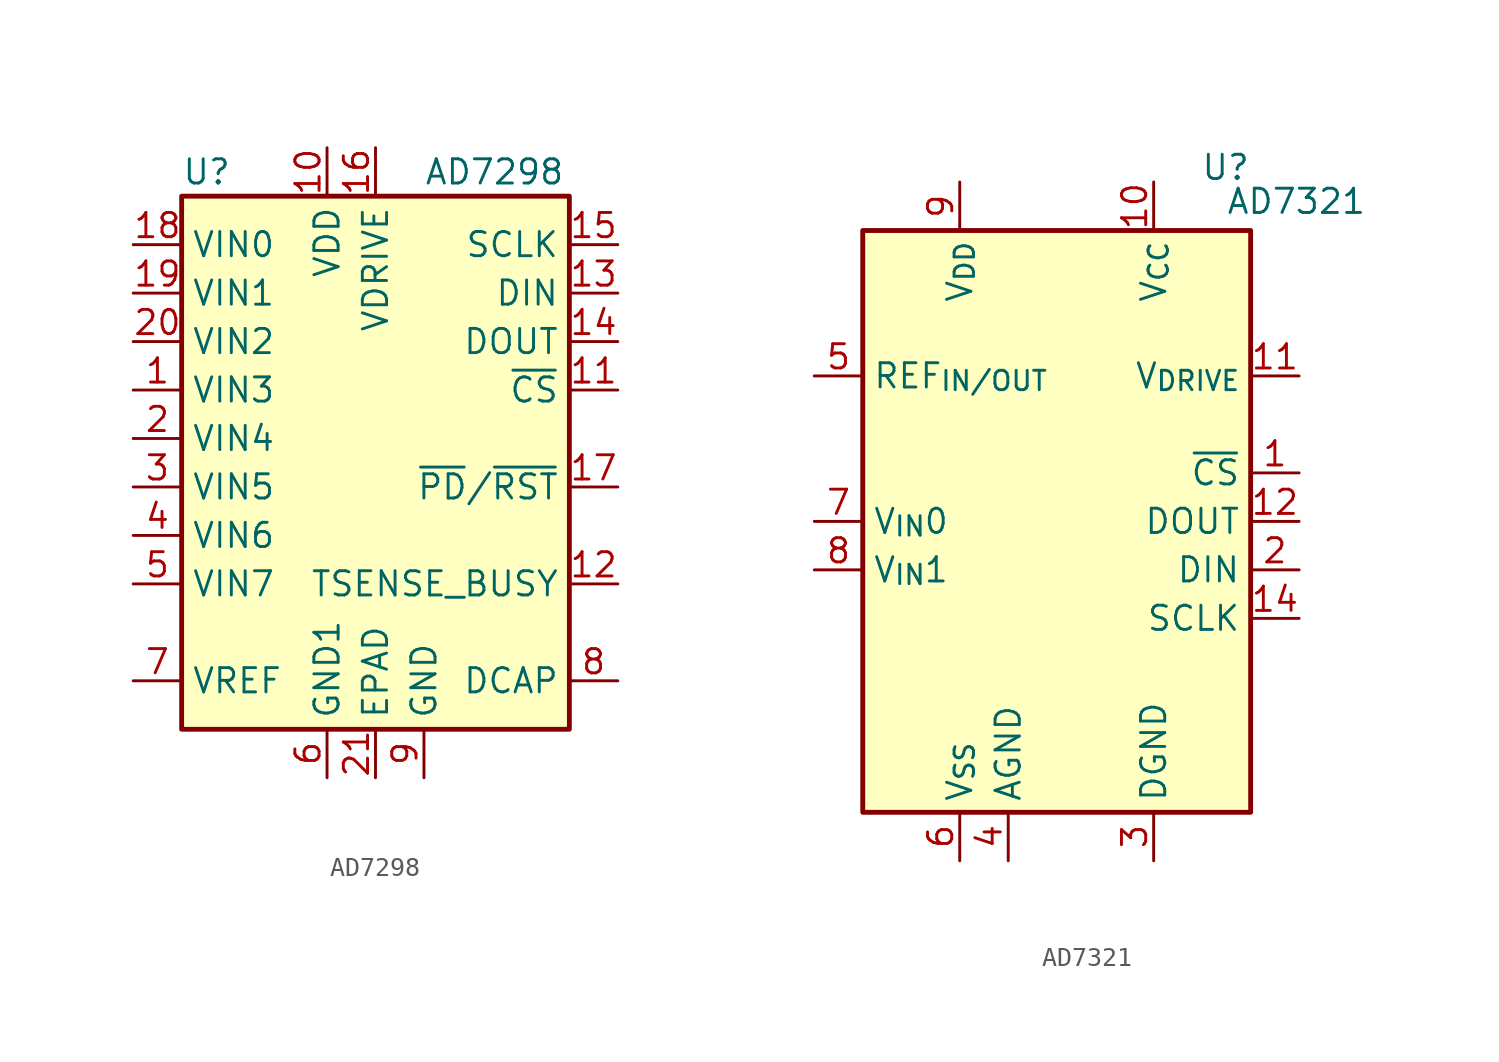
<source format=kicad_sym>
(kicad_symbol_lib
  (version 20231120)
  (generator "kicad_symbol_editor")
  (generator_version "8.0")
  (symbol "AD7298"
    (property "Reference" "U"
      (at -10.16 13.97 0)
      (effects (font (size 1.27 1.27)) (justify left)))
    (property "Value" "AD7298"
      (at 2.54 13.97 0)
      (effects (font (size 1.27 1.27)) (justify left)))
    (symbol "AD7298_0_1"
      (rectangle (start -10.16 12.7) (end 10.16 -15.24) (stroke (width 0.254) (type default)) (fill (type background))))
    (symbol "AD7298_1_1"
      (pin input line (at -12.7 2.54 0) (length 2.54) (name "VIN3" (effects (font (size 1.27 1.27)))) (number "1" (effects (font (size 1.27 1.27)))))
      (pin power_in line (at -2.54 15.24 270) (length 2.54) (name "VDD" (effects (font (size 1.27 1.27)))) (number "10" (effects (font (size 1.27 1.27)))))
      (pin input line (at 12.7 2.54 180) (length 2.54) (name "~{CS}" (effects (font (size 1.27 1.27)))) (number "11" (effects (font (size 1.27 1.27)))))
      (pin output line (at 12.7 -7.62 180) (length 2.54) (name "TSENSE_BUSY" (effects (font (size 1.27 1.27)))) (number "12" (effects (font (size 1.27 1.27)))))
      (pin input line (at 12.7 7.62 180) (length 2.54) (name "DIN" (effects (font (size 1.27 1.27)))) (number "13" (effects (font (size 1.27 1.27)))))
      (pin output line (at 12.7 5.08 180) (length 2.54) (name "DOUT" (effects (font (size 1.27 1.27)))) (number "14" (effects (font (size 1.27 1.27)))))
      (pin input line (at 12.7 10.16 180) (length 2.54) (name "SCLK" (effects (font (size 1.27 1.27)))) (number "15" (effects (font (size 1.27 1.27)))))
      (pin power_in line (at 0 15.24 270) (length 2.54) (name "VDRIVE" (effects (font (size 1.27 1.27)))) (number "16" (effects (font (size 1.27 1.27)))))
      (pin input line (at 12.7 -2.54 180) (length 2.54) (name "~{PD}/~{RST}" (effects (font (size 1.27 1.27)))) (number "17" (effects (font (size 1.27 1.27)))))
      (pin input line (at -12.7 10.16 0) (length 2.54) (name "VIN0" (effects (font (size 1.27 1.27)))) (number "18" (effects (font (size 1.27 1.27)))))
      (pin input line (at -12.7 7.62 0) (length 2.54) (name "VIN1" (effects (font (size 1.27 1.27)))) (number "19" (effects (font (size 1.27 1.27)))))
      (pin input line (at -12.7 0 0) (length 2.54) (name "VIN4" (effects (font (size 1.27 1.27)))) (number "2" (effects (font (size 1.27 1.27)))))
      (pin input line (at -12.7 5.08 0) (length 2.54) (name "VIN2" (effects (font (size 1.27 1.27)))) (number "20" (effects (font (size 1.27 1.27)))))
      (pin power_in line (at 0 -17.78 90) (length 2.54) (name "EPAD" (effects (font (size 1.27 1.27)))) (number "21" (effects (font (size 1.27 1.27)))))
      (pin input line (at -12.7 -2.54 0) (length 2.54) (name "VIN5" (effects (font (size 1.27 1.27)))) (number "3" (effects (font (size 1.27 1.27)))))
      (pin input line (at -12.7 -5.08 0) (length 2.54) (name "VIN6" (effects (font (size 1.27 1.27)))) (number "4" (effects (font (size 1.27 1.27)))))
      (pin input line (at -12.7 -7.62 0) (length 2.54) (name "VIN7" (effects (font (size 1.27 1.27)))) (number "5" (effects (font (size 1.27 1.27)))))
      (pin power_in line (at -2.54 -17.78 90) (length 2.54) (name "GND1" (effects (font (size 1.27 1.27)))) (number "6" (effects (font (size 1.27 1.27)))))
      (pin passive line (at -12.7 -12.7 0) (length 2.54) (name "VREF" (effects (font (size 1.27 1.27)))) (number "7" (effects (font (size 1.27 1.27)))))
      (pin passive line (at 12.7 -12.7 180) (length 2.54) (name "DCAP" (effects (font (size 1.27 1.27)))) (number "8" (effects (font (size 1.27 1.27)))))
      (pin power_in line (at 2.54 -17.78 90) (length 2.54) (name "GND" (effects (font (size 1.27 1.27)))) (number "9" (effects (font (size 1.27 1.27)))))))
  (symbol "AD7321"
    (property "Reference" "U"
      (at 10.16 18.542 0)
      (effects (font (size 1.27 1.27)) (justify right)))
    (property "Value" "AD7321"
      (at 16.256 16.764 0)
      (effects (font (size 1.27 1.27)) (justify right)))
    (symbol "AD7321_0_1"
      (rectangle (start -10.16 15.24) (end 10.16 -15.24) (stroke (width 0.254) (type default)) (fill (type background))))
    (symbol "AD7321_1_1"
      (pin input line (at 12.7 2.54 180) (length 2.54) (name "~{CS}" (effects (font (size 1.27 1.27)))) (number "1" (effects (font (size 1.27 1.27)))))
      (pin power_in line (at 5.08 17.78 270) (length 2.54) (name "V_{CC}" (effects (font (size 1.27 1.27)))) (number "10" (effects (font (size 1.27 1.27)))))
      (pin power_in line (at 12.7 7.62 180) (length 2.54) (name "V_{DRIVE}" (effects (font (size 1.27 1.27)))) (number "11" (effects (font (size 1.27 1.27)))))
      (pin output line (at 12.7 0 180) (length 2.54) (name "DOUT" (effects (font (size 1.27 1.27)))) (number "12" (effects (font (size 1.27 1.27)))))
      (pin passive line (at 5.08 -17.78 90) (length 2.54) hide (name "DGND" (effects (font (size 1.27 1.27)))) (number "13" (effects (font (size 1.27 1.27)))))
      (pin input line (at 12.7 -5.08 180) (length 2.54) (name "SCLK" (effects (font (size 1.27 1.27)))) (number "14" (effects (font (size 1.27 1.27)))))
      (pin input line (at 12.7 -2.54 180) (length 2.54) (name "DIN" (effects (font (size 1.27 1.27)))) (number "2" (effects (font (size 1.27 1.27)))))
      (pin power_in line (at 5.08 -17.78 90) (length 2.54) (name "DGND" (effects (font (size 1.27 1.27)))) (number "3" (effects (font (size 1.27 1.27)))))
      (pin power_in line (at -2.54 -17.78 90) (length 2.54) (name "AGND" (effects (font (size 1.27 1.27)))) (number "4" (effects (font (size 1.27 1.27)))))
      (pin power_in line (at -12.7 7.62 0) (length 2.54) (name "REF_{IN/OUT}" (effects (font (size 1.27 1.27)))) (number "5" (effects (font (size 1.27 1.27)))))
      (pin power_in line (at -5.08 -17.78 90) (length 2.54) (name "V_{SS}" (effects (font (size 1.27 1.27)))) (number "6" (effects (font (size 1.27 1.27)))))
      (pin input line (at -12.7 0 0) (length 2.54) (name "V_{IN}0" (effects (font (size 1.27 1.27)))) (number "7" (effects (font (size 1.27 1.27)))))
      (pin input line (at -12.7 -2.54 0) (length 2.54) (name "V_{IN}1" (effects (font (size 1.27 1.27)))) (number "8" (effects (font (size 1.27 1.27)))))
      (pin power_in line (at -5.08 17.78 270) (length 2.54) (name "V_{DD}" (effects (font (size 1.27 1.27)))) (number "9" (effects (font (size 1.27 1.27))))))))
</source>
